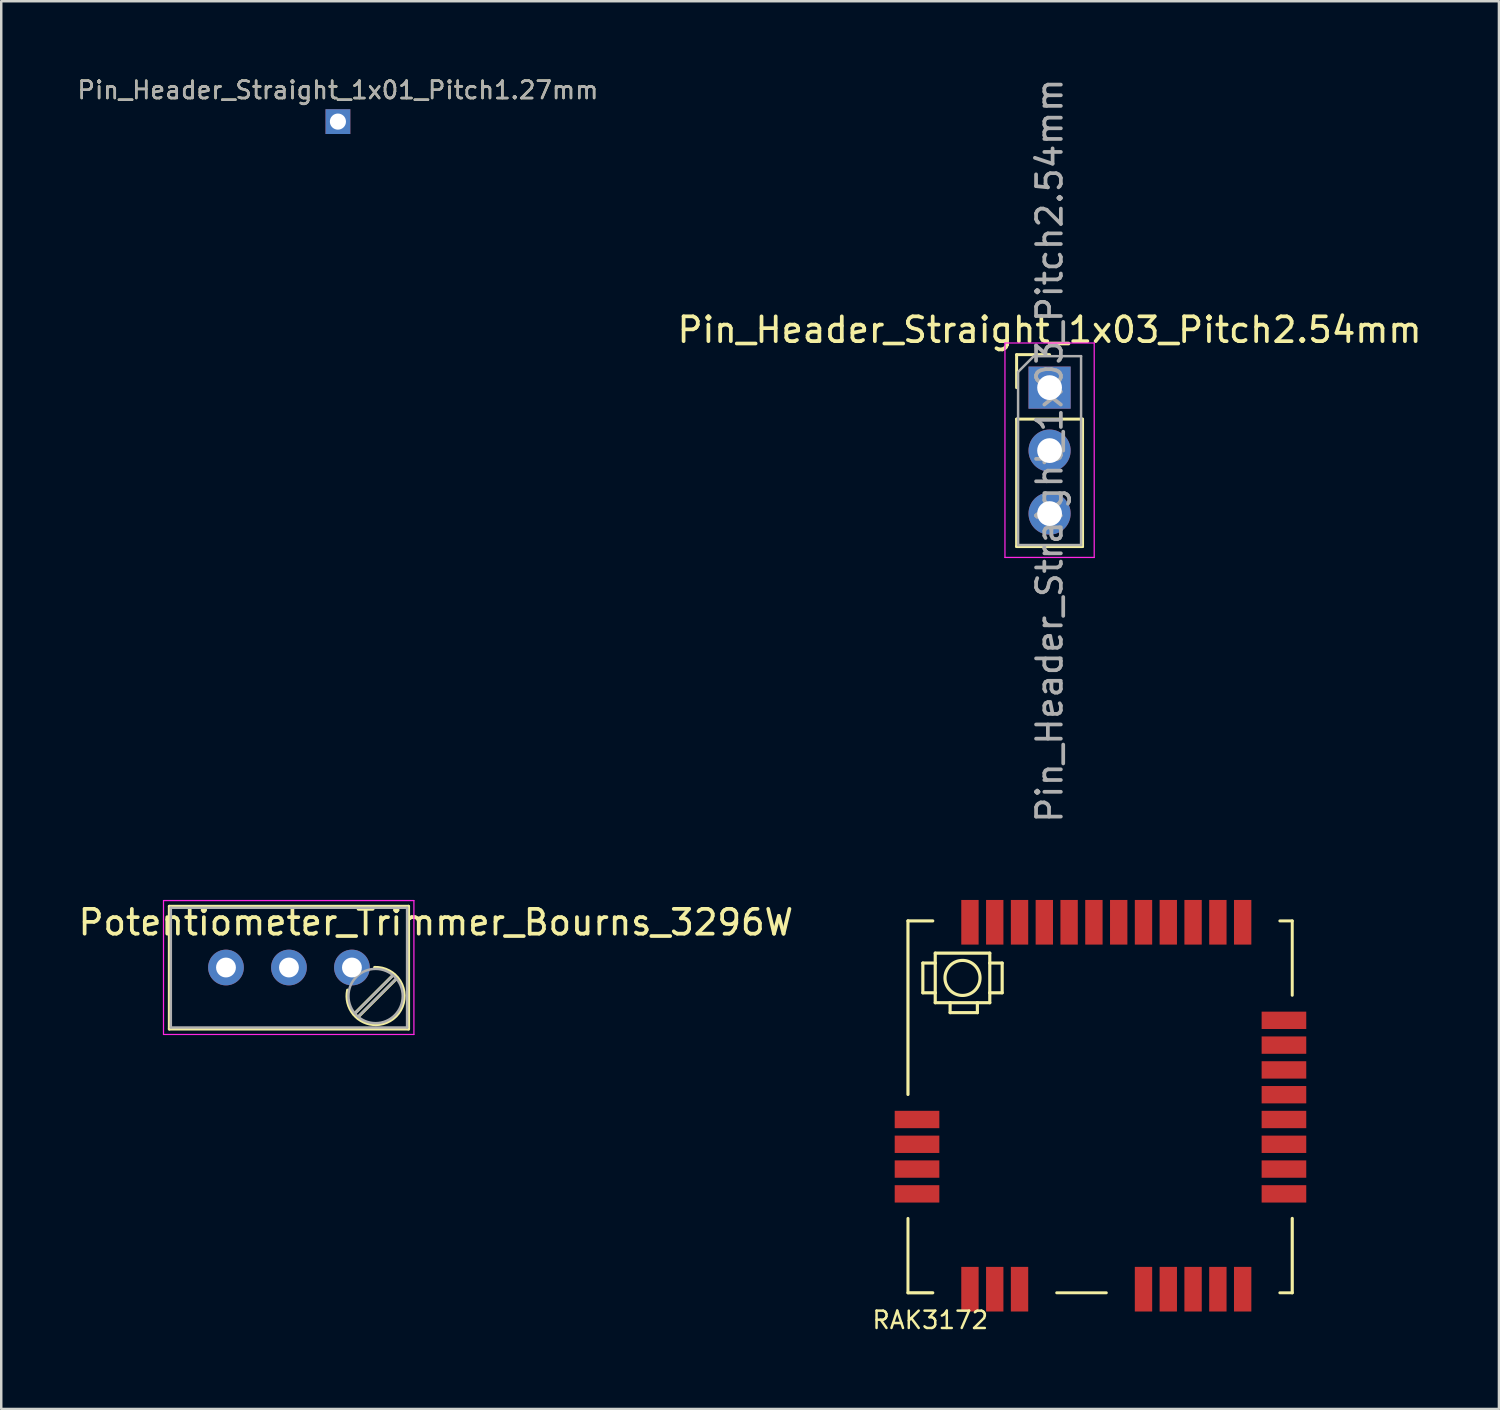
<source format=kicad_pcb>
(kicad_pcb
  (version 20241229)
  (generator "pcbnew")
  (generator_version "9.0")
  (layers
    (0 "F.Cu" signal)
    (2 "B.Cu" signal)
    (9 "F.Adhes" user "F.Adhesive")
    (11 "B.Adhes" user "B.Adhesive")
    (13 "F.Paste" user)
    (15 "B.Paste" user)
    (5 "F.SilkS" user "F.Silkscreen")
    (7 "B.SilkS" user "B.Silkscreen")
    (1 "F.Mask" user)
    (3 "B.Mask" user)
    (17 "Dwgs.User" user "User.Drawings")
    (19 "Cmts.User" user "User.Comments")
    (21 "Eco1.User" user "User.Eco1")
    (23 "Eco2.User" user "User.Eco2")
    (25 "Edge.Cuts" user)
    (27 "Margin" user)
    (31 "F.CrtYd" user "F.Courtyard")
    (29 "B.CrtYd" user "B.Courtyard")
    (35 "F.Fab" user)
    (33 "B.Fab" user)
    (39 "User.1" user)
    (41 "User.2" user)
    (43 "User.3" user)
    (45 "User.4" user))
  (footprint "Potentiometer_Trimmer_Bourns_3296W"
    (layer "F.Cu")
    (at 11.145 35.975)
    (property "Reference" "Potentiometer_Trimmer_Bourns_3296W" (at 3.385 -1.82 0) (layer "F.SilkS") (effects (font (size 1 1) (thickness 0.15))))
    (attr through_hole)
    (fp_line (start -7.365 -2.47) (end -7.365 2.481) (stroke (width 0.12) (type solid)) (layer "F.SilkS"))
    (fp_line (start -7.365 -2.47) (end 2.285 -2.47) (stroke (width 0.12) (type solid)) (layer "F.SilkS"))
    (fp_line (start -7.365 2.481) (end 2.285 2.481) (stroke (width 0.12) (type solid)) (layer "F.SilkS"))
    (fp_line (start 1.691 0.275) (end 0.079 1.885) (stroke (width 0.12) (type solid)) (layer "F.SilkS"))
    (fp_line (start 1.831 0.416) (end 0.22 2.026) (stroke (width 0.12) (type solid)) (layer "F.SilkS"))
    (fp_line (start 2.285 -2.47) (end 2.285 2.481) (stroke (width 0.12) (type solid)) (layer "F.SilkS"))
    (fp_arc (start 0.914691 -0.004296) (mid 2.109824 1.129842) (end 0.955 2.305) (stroke (width 0.12) (type solid)) (layer "F.SilkS"))
    (fp_arc (start 0.975121 2.304052) (mid 0.064355 1.884161) (end -0.174 0.91) (stroke (width 0.12) (type solid)) (layer "F.SilkS"))
    (fp_line (start -7.6 -2.7) (end -7.6 2.7) (stroke (width 0.05) (type solid)) (layer "F.CrtYd"))
    (fp_line (start -7.6 2.7) (end 2.5 2.7) (stroke (width 0.05) (type solid)) (layer "F.CrtYd"))
    (fp_line (start 2.5 -2.7) (end -7.6 -2.7) (stroke (width 0.05) (type solid)) (layer "F.CrtYd"))
    (fp_line (start 2.5 2.7) (end 2.5 -2.7) (stroke (width 0.05) (type solid)) (layer "F.CrtYd"))
    (fp_line (start -7.305 -2.41) (end -7.305 2.42) (stroke (width 0.1) (type solid)) (layer "F.Fab"))
    (fp_line (start -7.305 2.42) (end 2.225 2.42) (stroke (width 0.1) (type solid)) (layer "F.Fab"))
    (fp_line (start 1.652 0.32) (end 0.125 1.847) (stroke (width 0.1) (type solid)) (layer "F.Fab"))
    (fp_line (start 1.786 0.454) (end 0.259 1.981) (stroke (width 0.1) (type solid)) (layer "F.Fab"))
    (fp_line (start 2.225 -2.41) (end -7.305 -2.41) (stroke (width 0.1) (type solid)) (layer "F.Fab"))
    (fp_line (start 2.225 2.42) (end 2.225 -2.41) (stroke (width 0.1) (type solid)) (layer "F.Fab"))
    (fp_circle (center 0.955 1.15) (end 2.05 1.15) (stroke (width 0.1) (type solid)) (fill no) (layer "F.Fab"))
    (pad "1" thru_hole circle (at 0 0) (size 1.44 1.44) (drill 0.8) (layers "*.Cu" "*.Mask"))
    (pad "2" thru_hole circle (at -2.54 0) (size 1.44 1.44) (drill 0.8) (layers "*.Cu" "*.Mask"))
    (pad "3" thru_hole circle (at -5.08 0) (size 1.44 1.44) (drill 0.8) (layers "*.Cu" "*.Mask")))
  (footprint "RAK3172"
    (layer "F.Cu")
    (at 33.573 49.095)
    (property "Reference" "RAK3172" (at 0.9 1.1 0) (layer "F.SilkS") (effects (font (size 0.7 0.7) (thickness 0.1))))
    (attr through_hole)
    (fp_line (start 0 -15) (end 0 -8) (stroke (width 0.127) (type solid)) (layer "F.SilkS"))
    (fp_line (start 0 0) (end 0 -3) (stroke (width 0.12) (type solid)) (layer "F.SilkS"))
    (fp_line (start 0 0) (end 1 0) (stroke (width 0.127) (type solid)) (layer "F.SilkS"))
    (fp_line (start 0.6 -13.3) (end 1.1 -13.3) (stroke (width 0.127) (type solid)) (layer "F.SilkS"))
    (fp_line (start 0.6 -12.1) (end 0.6 -13.3) (stroke (width 0.127) (type solid)) (layer "F.SilkS"))
    (fp_line (start 1 -15) (end 0 -15) (stroke (width 0.127) (type solid)) (layer "F.SilkS"))
    (fp_line (start 1.1 -13.7) (end 3.3 -13.7) (stroke (width 0.127) (type solid)) (layer "F.SilkS"))
    (fp_line (start 1.1 -13.3) (end 1.1 -13.7) (stroke (width 0.127) (type solid)) (layer "F.SilkS"))
    (fp_line (start 1.1 -12.1) (end 0.6 -12.1) (stroke (width 0.127) (type solid)) (layer "F.SilkS"))
    (fp_line (start 1.1 -12.1) (end 1.1 -13.3) (stroke (width 0.127) (type solid)) (layer "F.SilkS"))
    (fp_line (start 1.1 -11.7) (end 1.1 -12.1) (stroke (width 0.127) (type solid)) (layer "F.SilkS"))
    (fp_line (start 1.7 -11.7) (end 1.1 -11.7) (stroke (width 0.127) (type solid)) (layer "F.SilkS"))
    (fp_line (start 1.7 -11.3) (end 1.7 -11.7) (stroke (width 0.127) (type solid)) (layer "F.SilkS"))
    (fp_line (start 1.7 -11.3) (end 2.8 -11.3) (stroke (width 0.127) (type solid)) (layer "F.SilkS"))
    (fp_line (start 2.8 -11.7) (end 1.7 -11.7) (stroke (width 0.127) (type solid)) (layer "F.SilkS"))
    (fp_line (start 2.8 -11.3) (end 2.8 -11.7) (stroke (width 0.127) (type solid)) (layer "F.SilkS"))
    (fp_line (start 3.3 -13.7) (end 3.3 -13.3) (stroke (width 0.127) (type solid)) (layer "F.SilkS"))
    (fp_line (start 3.3 -13.3) (end 3.3 -12.1) (stroke (width 0.127) (type solid)) (layer "F.SilkS"))
    (fp_line (start 3.3 -12.1) (end 3.3 -11.7) (stroke (width 0.127) (type solid)) (layer "F.SilkS"))
    (fp_line (start 3.3 -11.7) (end 2.8 -11.7) (stroke (width 0.127) (type solid)) (layer "F.SilkS"))
    (fp_line (start 3.8 -13.3) (end 3.3 -13.3) (stroke (width 0.127) (type solid)) (layer "F.SilkS"))
    (fp_line (start 3.8 -13.3) (end 3.8 -12.1) (stroke (width 0.127) (type solid)) (layer "F.SilkS"))
    (fp_line (start 3.8 -12.1) (end 3.3 -12.1) (stroke (width 0.127) (type solid)) (layer "F.SilkS"))
    (fp_line (start 6 0) (end 8 0) (stroke (width 0.12) (type solid)) (layer "F.SilkS"))
    (fp_line (start 15 -15) (end 15.5 -15) (stroke (width 0.12) (type solid)) (layer "F.SilkS"))
    (fp_line (start 15 0) (end 15.5 0) (stroke (width 0.12) (type solid)) (layer "F.SilkS"))
    (fp_line (start 15.5 -12) (end 15.5 -15) (stroke (width 0.12) (type solid)) (layer "F.SilkS"))
    (fp_line (start 15.5 0) (end 15.5 -3) (stroke (width 0.127) (type solid)) (layer "F.SilkS"))
    (fp_circle (center 2.2 -12.7) (end 2.907 -12.7) (stroke (width 0.127) (type solid)) (fill no) (layer "F.SilkS"))
    (pad "1" smd rect (at 13.5 -14.945 90) (size 1.8 0.7) (layers "F.Cu" "F.Mask" "F.Paste"))
    (pad "2" smd rect (at 12.5 -14.945 90) (size 1.8 0.7) (layers "F.Cu" "F.Mask" "F.Paste"))
    (pad "3" smd rect (at 11.5 -14.945 90) (size 1.8 0.7) (layers "F.Cu" "F.Mask" "F.Paste"))
    (pad "4" smd rect (at 10.5 -14.945 90) (size 1.8 0.7) (layers "F.Cu" "F.Mask" "F.Paste"))
    (pad "5" smd rect (at 9.5 -14.945 90) (size 1.8 0.7) (layers "F.Cu" "F.Mask" "F.Paste"))
    (pad "6" smd rect (at 8.5 -14.945 90) (size 1.8 0.7) (layers "F.Cu" "F.Mask" "F.Paste"))
    (pad "7" smd rect (at 7.5 -14.945 90) (size 1.8 0.7) (layers "F.Cu" "F.Mask" "F.Paste"))
    (pad "8" smd rect (at 6.5 -14.945 90) (size 1.8 0.7) (layers "F.Cu" "F.Mask" "F.Paste"))
    (pad "9" smd rect (at 5.5 -14.945 90) (size 1.8 0.7) (layers "F.Cu" "F.Mask" "F.Paste"))
    (pad "10" smd rect (at 4.5 -14.945 90) (size 1.8 0.7) (layers "F.Cu" "F.Mask" "F.Paste"))
    (pad "11" smd rect (at 3.5 -14.945 90) (size 1.8 0.7) (layers "F.Cu" "F.Mask" "F.Paste"))
    (pad "12" smd rect (at 2.5 -14.945 90) (size 1.8 0.7) (layers "F.Cu" "F.Mask" "F.Paste"))
    (pad "13" smd rect (at 0.365 -6.99 180) (size 1.8 0.7) (layers "F.Cu" "F.Mask" "F.Paste"))
    (pad "14" smd rect (at 0.365 -5.99 180) (size 1.8 0.7) (layers "F.Cu" "F.Mask" "F.Paste"))
    (pad "15" smd rect (at 0.365 -4.99 180) (size 1.8 0.7) (layers "F.Cu" "F.Mask" "F.Paste"))
    (pad "16" smd rect (at 0.365 -3.99 180) (size 1.8 0.7) (layers "F.Cu" "F.Mask" "F.Paste"))
    (pad "17" smd rect (at 2.5 -0.145 90) (size 1.8 0.7) (layers "F.Cu" "F.Mask" "F.Paste"))
    (pad "18" smd rect (at 3.5 -0.145 90) (size 1.8 0.7) (layers "F.Cu" "F.Mask" "F.Paste"))
    (pad "19" smd rect (at 4.5 -0.145 90) (size 1.8 0.7) (layers "F.Cu" "F.Mask" "F.Paste"))
    (pad "20" smd rect (at 9.5 -0.145 90) (size 1.8 0.7) (layers "F.Cu" "F.Mask" "F.Paste"))
    (pad "21" smd rect (at 10.5 -0.145 90) (size 1.8 0.7) (layers "F.Cu" "F.Mask" "F.Paste"))
    (pad "22" smd rect (at 11.5 -0.145 90) (size 1.8 0.7) (layers "F.Cu" "F.Mask" "F.Paste"))
    (pad "23" smd rect (at 12.5 -0.145 90) (size 1.8 0.7) (layers "F.Cu" "F.Mask" "F.Paste"))
    (pad "24" smd rect (at 13.5 -0.145 90) (size 1.8 0.7) (layers "F.Cu" "F.Mask" "F.Paste"))
    (pad "25" smd rect (at 15.165 -3.99 180) (size 1.8 0.7) (layers "F.Cu" "F.Mask" "F.Paste"))
    (pad "26" smd rect (at 15.165 -4.99 180) (size 1.8 0.7) (layers "F.Cu" "F.Mask" "F.Paste"))
    (pad "27" smd rect (at 15.165 -5.99 180) (size 1.8 0.7) (layers "F.Cu" "F.Mask" "F.Paste"))
    (pad "28" smd rect (at 15.165 -6.99 180) (size 1.8 0.7) (layers "F.Cu" "F.Mask" "F.Paste"))
    (pad "29" smd rect (at 15.165 -7.99 180) (size 1.8 0.7) (layers "F.Cu" "F.Mask" "F.Paste"))
    (pad "30" smd rect (at 15.165 -8.99 180) (size 1.8 0.7) (layers "F.Cu" "F.Mask" "F.Paste"))
    (pad "31" smd rect (at 15.165 -9.99 180) (size 1.8 0.7) (layers "F.Cu" "F.Mask" "F.Paste"))
    (pad "32" smd rect (at 15.165 -10.99 180) (size 1.8 0.7) (layers "F.Cu" "F.Mask" "F.Paste")))
  (footprint "Pin_Header_Straight_1x03_Pitch2.54mm"
    (layer "F.Cu")
    (at 39.285 12.585)
    (property "Reference" "Pin_Header_Straight_1x03_Pitch2.54mm" (at 0 -2.33 0) (layer "F.SilkS") (effects (font (size 1 1) (thickness 0.15))))
    (attr through_hole)
    (fp_line (start -1.33 -1.33) (end 0 -1.33) (stroke (width 0.12) (type solid)) (layer "F.SilkS"))
    (fp_line (start -1.33 0) (end -1.33 -1.33) (stroke (width 0.12) (type solid)) (layer "F.SilkS"))
    (fp_line (start -1.33 1.27) (end -1.33 6.41) (stroke (width 0.12) (type solid)) (layer "F.SilkS"))
    (fp_line (start -1.33 1.27) (end 1.33 1.27) (stroke (width 0.12) (type solid)) (layer "F.SilkS"))
    (fp_line (start -1.33 6.41) (end 1.33 6.41) (stroke (width 0.12) (type solid)) (layer "F.SilkS"))
    (fp_line (start 1.33 1.27) (end 1.33 6.41) (stroke (width 0.12) (type solid)) (layer "F.SilkS"))
    (fp_line (start -1.8 -1.8) (end -1.8 6.85) (stroke (width 0.05) (type solid)) (layer "F.CrtYd"))
    (fp_line (start -1.8 6.85) (end 1.8 6.85) (stroke (width 0.05) (type solid)) (layer "F.CrtYd"))
    (fp_line (start 1.8 -1.8) (end -1.8 -1.8) (stroke (width 0.05) (type solid)) (layer "F.CrtYd"))
    (fp_line (start 1.8 6.85) (end 1.8 -1.8) (stroke (width 0.05) (type solid)) (layer "F.CrtYd"))
    (fp_line (start -1.27 -0.635) (end -0.635 -1.27) (stroke (width 0.1) (type solid)) (layer "F.Fab"))
    (fp_line (start -1.27 6.35) (end -1.27 -0.635) (stroke (width 0.1) (type solid)) (layer "F.Fab"))
    (fp_line (start -0.635 -1.27) (end 1.27 -1.27) (stroke (width 0.1) (type solid)) (layer "F.Fab"))
    (fp_line (start 1.27 -1.27) (end 1.27 6.35) (stroke (width 0.1) (type solid)) (layer "F.Fab"))
    (fp_line (start 1.27 6.35) (end -1.27 6.35) (stroke (width 0.1) (type solid)) (layer "F.Fab"))
    (fp_text user "${REFERENCE}" (at 0 2.54 90) (layer "F.Fab") (effects (font (size 1 1) (thickness 0.15))))
    (pad "1" thru_hole rect (at 0 0) (size 1.7 1.7) (drill 1) (layers "*.Cu" "*.Mask"))
    (pad "2" thru_hole oval (at 0 2.54) (size 1.7 1.7) (drill 1) (layers "*.Cu" "*.Mask"))
    (pad "3" thru_hole oval (at 0 5.08) (size 1.7 1.7) (drill 1) (layers "*.Cu" "*.Mask")))
  (footprint "Pin_Header_Straight_1x01_Pitch1.27mm"
    (layer "F.Cu")
    (at 10.58 1.855)
    (property "Reference" "Pin_Header_Straight_1x01_Pitch1.27mm" (at 0 -1.27 0) (layer "F.SilkS") (effects (font (size 0.7 0.7) (thickness 0.1))))
    (attr through_hole)
    (fp_text user "${REFERENCE}" (at 0 -1.27 0) (layer "F.Fab") (effects (font (size 0.7 0.7) (thickness 0.1))))
    (pad "1" thru_hole rect (at 0 0) (size 1 1) (drill 0.65) (layers "*.Cu" "*.Mask")))
  (gr_rect
    (start -3 -3)
    (end 57.41 53.78)
    (stroke (width 0.1) (type default))
    (fill no)
    (layer "Edge.Cuts")))
</source>
